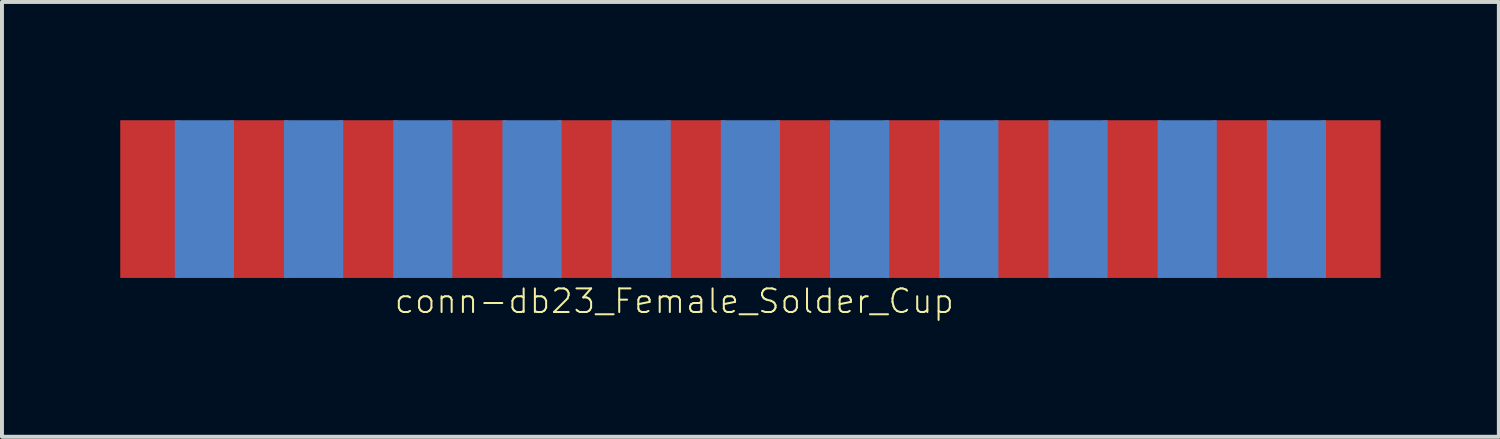
<source format=kicad_pcb>
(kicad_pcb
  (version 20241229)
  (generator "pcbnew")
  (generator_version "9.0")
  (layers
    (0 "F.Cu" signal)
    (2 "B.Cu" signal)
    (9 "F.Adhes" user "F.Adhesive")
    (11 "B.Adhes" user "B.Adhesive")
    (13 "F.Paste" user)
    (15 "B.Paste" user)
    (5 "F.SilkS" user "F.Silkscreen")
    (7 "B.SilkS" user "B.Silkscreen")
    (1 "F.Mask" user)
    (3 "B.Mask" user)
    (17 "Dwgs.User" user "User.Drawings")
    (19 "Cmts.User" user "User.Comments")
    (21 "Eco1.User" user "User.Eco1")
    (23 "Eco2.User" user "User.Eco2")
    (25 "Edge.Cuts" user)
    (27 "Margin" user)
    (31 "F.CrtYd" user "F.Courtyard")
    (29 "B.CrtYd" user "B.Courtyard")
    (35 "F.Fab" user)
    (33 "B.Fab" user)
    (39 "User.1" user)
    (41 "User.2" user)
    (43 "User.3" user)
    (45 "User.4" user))
  (footprint "conn-db23_Female_Solder_Cup"
    (layer "F.Cu")
    (at 15.985 2)
    (property "Reference" "conn-db23_Female_Solder_Cup" (at -1.93 2.59 0) (layer "F.SilkS") (effects (font (size 0.599 0.599) (thickness 0.051))))
    (attr through_hole)
    (pad "1" smd rect (at -15.235 0) (size 1.5 4) (layers "F.Cu" "F.Mask" "F.Paste"))
    (pad "2" smd rect (at -12.465 0) (size 1.5 4) (layers "F.Cu" "F.Mask" "F.Paste"))
    (pad "3" smd rect (at -9.695 0) (size 1.5 4) (layers "F.Cu" "F.Mask" "F.Paste"))
    (pad "4" smd rect (at -6.925 0) (size 1.5 4) (layers "F.Cu" "F.Mask" "F.Paste"))
    (pad "5" smd rect (at -4.155 0) (size 1.5 4) (layers "F.Cu" "F.Mask" "F.Paste"))
    (pad "6" smd rect (at -1.385 0) (size 1.5 4) (layers "F.Cu" "F.Mask" "F.Paste"))
    (pad "7" smd rect (at 1.385 0) (size 1.5 4) (layers "F.Cu" "F.Mask" "F.Paste"))
    (pad "8" smd rect (at 4.155 0) (size 1.5 4) (layers "F.Cu" "F.Mask" "F.Paste"))
    (pad "9" smd rect (at 6.925 0) (size 1.5 4) (layers "F.Cu" "F.Mask" "F.Paste"))
    (pad "10" smd rect (at 9.695 0) (size 1.5 4) (layers "F.Cu" "F.Mask" "F.Paste"))
    (pad "11" smd rect (at 12.465 0) (size 1.5 4) (layers "F.Cu" "F.Mask" "F.Paste"))
    (pad "12" smd rect (at 15.235 0) (size 1.5 4) (layers "F.Cu" "F.Mask" "F.Paste"))
    (pad "13" smd rect (at -13.85 0) (size 1.5 4) (layers "B.Cu" "B.Mask" "B.Paste"))
    (pad "14" smd rect (at -11.08 0) (size 1.5 4) (layers "B.Cu" "B.Mask" "B.Paste"))
    (pad "15" smd rect (at -8.31 0) (size 1.5 4) (layers "B.Cu" "B.Mask" "B.Paste"))
    (pad "16" smd rect (at -5.54 0) (size 1.5 4) (layers "B.Cu" "B.Mask" "B.Paste"))
    (pad "17" smd rect (at -2.77 0) (size 1.5 4) (layers "B.Cu" "B.Mask" "B.Paste"))
    (pad "18" smd rect (at 0 0) (size 1.5 4) (layers "B.Cu" "B.Mask" "B.Paste"))
    (pad "19" smd rect (at 2.77 0) (size 1.5 4) (layers "B.Cu" "B.Mask" "B.Paste"))
    (pad "20" smd rect (at 5.54 0) (size 1.5 4) (layers "B.Cu" "B.Mask" "B.Paste"))
    (pad "21" smd rect (at 8.31 0) (size 1.5 4) (layers "B.Cu" "B.Mask" "B.Paste"))
    (pad "22" smd rect (at 11.08 0) (size 1.5 4) (layers "B.Cu" "B.Mask" "B.Paste"))
    (pad "23" smd rect (at 13.85 0) (size 1.5 4) (layers "B.Cu" "B.Mask" "B.Paste")))
  (gr_rect
    (start -3 -3)
    (end 34.97 8.03)
    (stroke (width 0.1) (type default))
    (fill no)
    (layer "Edge.Cuts")))
</source>
